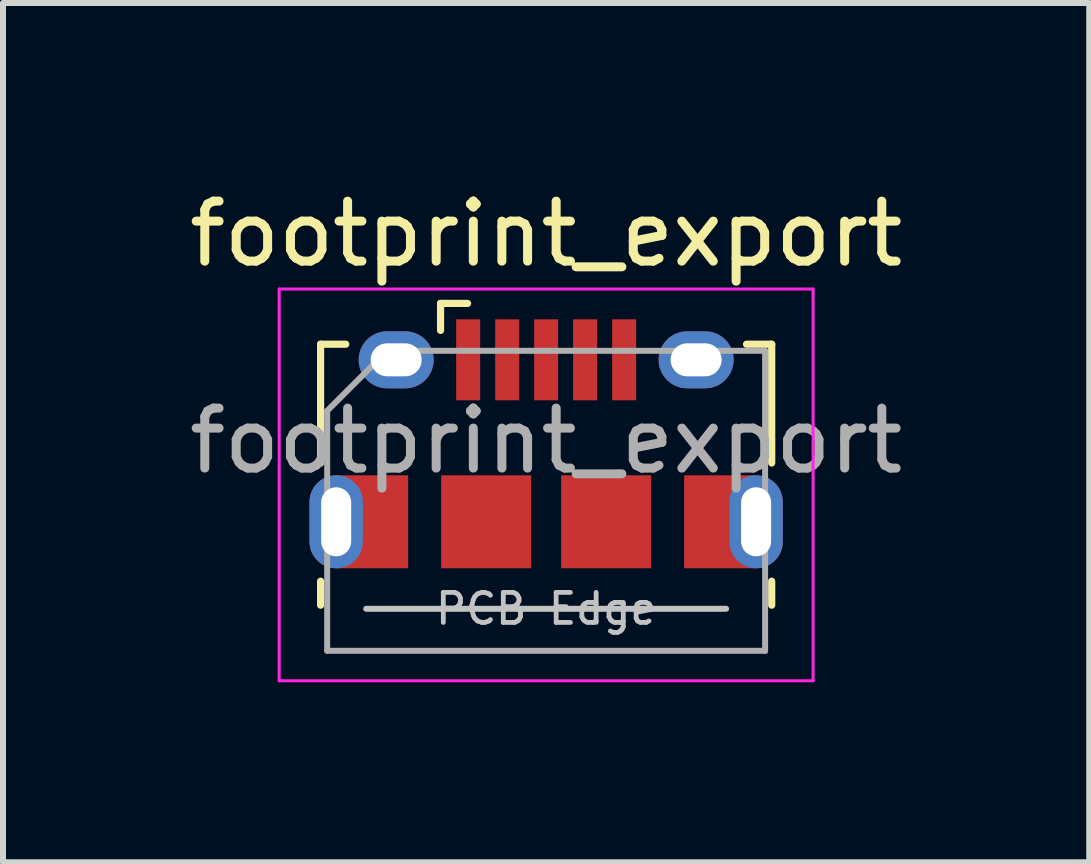
<source format=kicad_pcb>
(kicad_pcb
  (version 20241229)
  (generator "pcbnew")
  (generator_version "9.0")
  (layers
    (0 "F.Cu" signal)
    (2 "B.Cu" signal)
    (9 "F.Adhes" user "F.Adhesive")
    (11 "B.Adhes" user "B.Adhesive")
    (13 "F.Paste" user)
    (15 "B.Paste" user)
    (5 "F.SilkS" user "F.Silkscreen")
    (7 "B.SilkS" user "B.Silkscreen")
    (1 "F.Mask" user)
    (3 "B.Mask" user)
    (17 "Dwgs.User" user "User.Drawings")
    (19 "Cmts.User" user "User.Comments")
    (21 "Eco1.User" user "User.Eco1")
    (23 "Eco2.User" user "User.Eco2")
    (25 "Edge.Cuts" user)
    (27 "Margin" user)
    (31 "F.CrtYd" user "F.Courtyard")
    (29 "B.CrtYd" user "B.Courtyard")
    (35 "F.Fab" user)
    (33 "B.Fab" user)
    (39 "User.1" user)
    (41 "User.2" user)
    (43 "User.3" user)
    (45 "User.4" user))
  (footprint "footprint_export"
    (layer "F.Cu")
    (at 6.054 4.348)
    (property "Reference" "footprint_export" (at 0 -3.5 0) (layer "F.SilkS") (effects (font (size 1 1) (thickness 0.15))))
    (attr smd)
    (fp_line (start -3.76 -1.66) (end -3.34 -1.66) (stroke (width 0.12) (type solid)) (layer "F.SilkS"))
    (fp_line (start -3.76 0.32) (end -3.76 -1.66) (stroke (width 0.12) (type solid)) (layer "F.SilkS"))
    (fp_line (start -3.76 2.69) (end -3.76 2.29) (stroke (width 0.12) (type solid)) (layer "F.SilkS"))
    (fp_line (start -1.76 -1.89) (end -1.76 -2.34) (stroke (width 0.12) (type solid)) (layer "F.SilkS"))
    (fp_line (start -1.31 -2.34) (end -1.76 -2.34) (stroke (width 0.12) (type solid)) (layer "F.SilkS"))
    (fp_line (start 3.76 -1.66) (end 3.34 -1.66) (stroke (width 0.12) (type solid)) (layer "F.SilkS"))
    (fp_line (start 3.76 0.32) (end 3.76 -1.66) (stroke (width 0.12) (type solid)) (layer "F.SilkS"))
    (fp_line (start 3.76 2.29) (end 3.76 2.69) (stroke (width 0.12) (type solid)) (layer "F.SilkS"))
    (fp_line (start 3 2.75) (end -3 2.75) (stroke (width 0.1) (type solid)) (layer "Dwgs.User"))
    (fp_line (start -4.45 -2.58) (end -4.45 3.95) (stroke (width 0.05) (type solid)) (layer "F.CrtYd"))
    (fp_line (start -4.45 -2.58) (end 4.45 -2.58) (stroke (width 0.05) (type solid)) (layer "F.CrtYd"))
    (fp_line (start -4.45 3.95) (end 4.45 3.95) (stroke (width 0.05) (type solid)) (layer "F.CrtYd"))
    (fp_line (start 4.45 -2.58) (end 4.45 3.95) (stroke (width 0.05) (type solid)) (layer "F.CrtYd"))
    (fp_line (start -3.65 -0.55) (end -2.65 -1.55) (stroke (width 0.1) (type solid)) (layer "F.Fab"))
    (fp_line (start -3.65 3.45) (end -3.65 -0.55) (stroke (width 0.1) (type solid)) (layer "F.Fab"))
    (fp_line (start -2.65 -1.55) (end 3.65 -1.55) (stroke (width 0.1) (type solid)) (layer "F.Fab"))
    (fp_line (start 3.65 -1.55) (end 3.65 3.45) (stroke (width 0.1) (type solid)) (layer "F.Fab"))
    (fp_line (start 3.65 3.45) (end -3.65 3.45) (stroke (width 0.1) (type solid)) (layer "F.Fab"))
    (fp_text user "PCB Edge" (at 0 2.75 0) (layer "Dwgs.User") (effects (font (size 0.5 0.5) (thickness 0.08))))
    (fp_text user "${REFERENCE}" (at 0 -0.05 0) (layer "F.Fab") (effects (font (size 1 1) (thickness 0.15))))
    (pad "" smd oval (at -3.5 1.3) (size 0.89 1.55) (layers "F.Paste"))
    (pad "" smd oval (at -2.5 -1.4) (size 1.25 0.95) (layers "F.Paste"))
    (pad "" smd oval (at 2.5 -1.4) (size 1.25 0.95) (layers "F.Paste"))
    (pad "" smd oval (at 3.5 1.3) (size 0.89 1.55) (layers "F.Paste"))
    (pad "1" smd rect (at -1.3 -1.4) (size 0.4 1.35) (layers "F.Cu" "F.Mask" "F.Paste"))
    (pad "2" smd rect (at -0.65 -1.4) (size 0.4 1.35) (layers "F.Cu" "F.Mask" "F.Paste"))
    (pad "3" smd rect (at 0 -1.4) (size 0.4 1.35) (layers "F.Cu" "F.Mask" "F.Paste"))
    (pad "4" smd rect (at 0.65 -1.4) (size 0.4 1.35) (layers "F.Cu" "F.Mask" "F.Paste"))
    (pad "5" smd rect (at 1.3 -1.4) (size 0.4 1.35) (layers "F.Cu" "F.Mask" "F.Paste"))
    (pad "6" thru_hole oval (at -3.5 1.3) (size 0.89 1.55) (drill oval 0.5 1.15) (layers "*.Cu" "*.Mask"))
    (pad "6" smd rect (at -2.9 1.3) (size 1.2 1.55) (layers "F.Cu" "F.Mask" "F.Paste"))
    (pad "6" thru_hole oval (at -2.5 -1.4) (size 1.25 0.95) (drill oval 0.85 0.55) (layers "*.Cu" "*.Mask"))
    (pad "6" smd rect (at -1 1.3) (size 1.5 1.55) (layers "F.Cu" "F.Mask" "F.Paste"))
    (pad "6" smd rect (at 1 1.3) (size 1.5 1.55) (layers "F.Cu" "F.Mask" "F.Paste"))
    (pad "6" thru_hole oval (at 2.5 -1.4) (size 1.25 0.95) (drill oval 0.85 0.55) (layers "*.Cu" "*.Mask"))
    (pad "6" smd rect (at 2.9 1.3) (size 1.2 1.55) (layers "F.Cu" "F.Mask" "F.Paste"))
    (pad "6" thru_hole oval (at 3.5 1.3) (size 0.89 1.55) (drill oval 0.5 1.15) (layers "*.Cu" "*.Mask")))
  (gr_rect
    (start -3 -3)
    (end 15.107 11.323)
    (stroke (width 0.1) (type default))
    (fill no)
    (layer "Edge.Cuts")))
</source>
